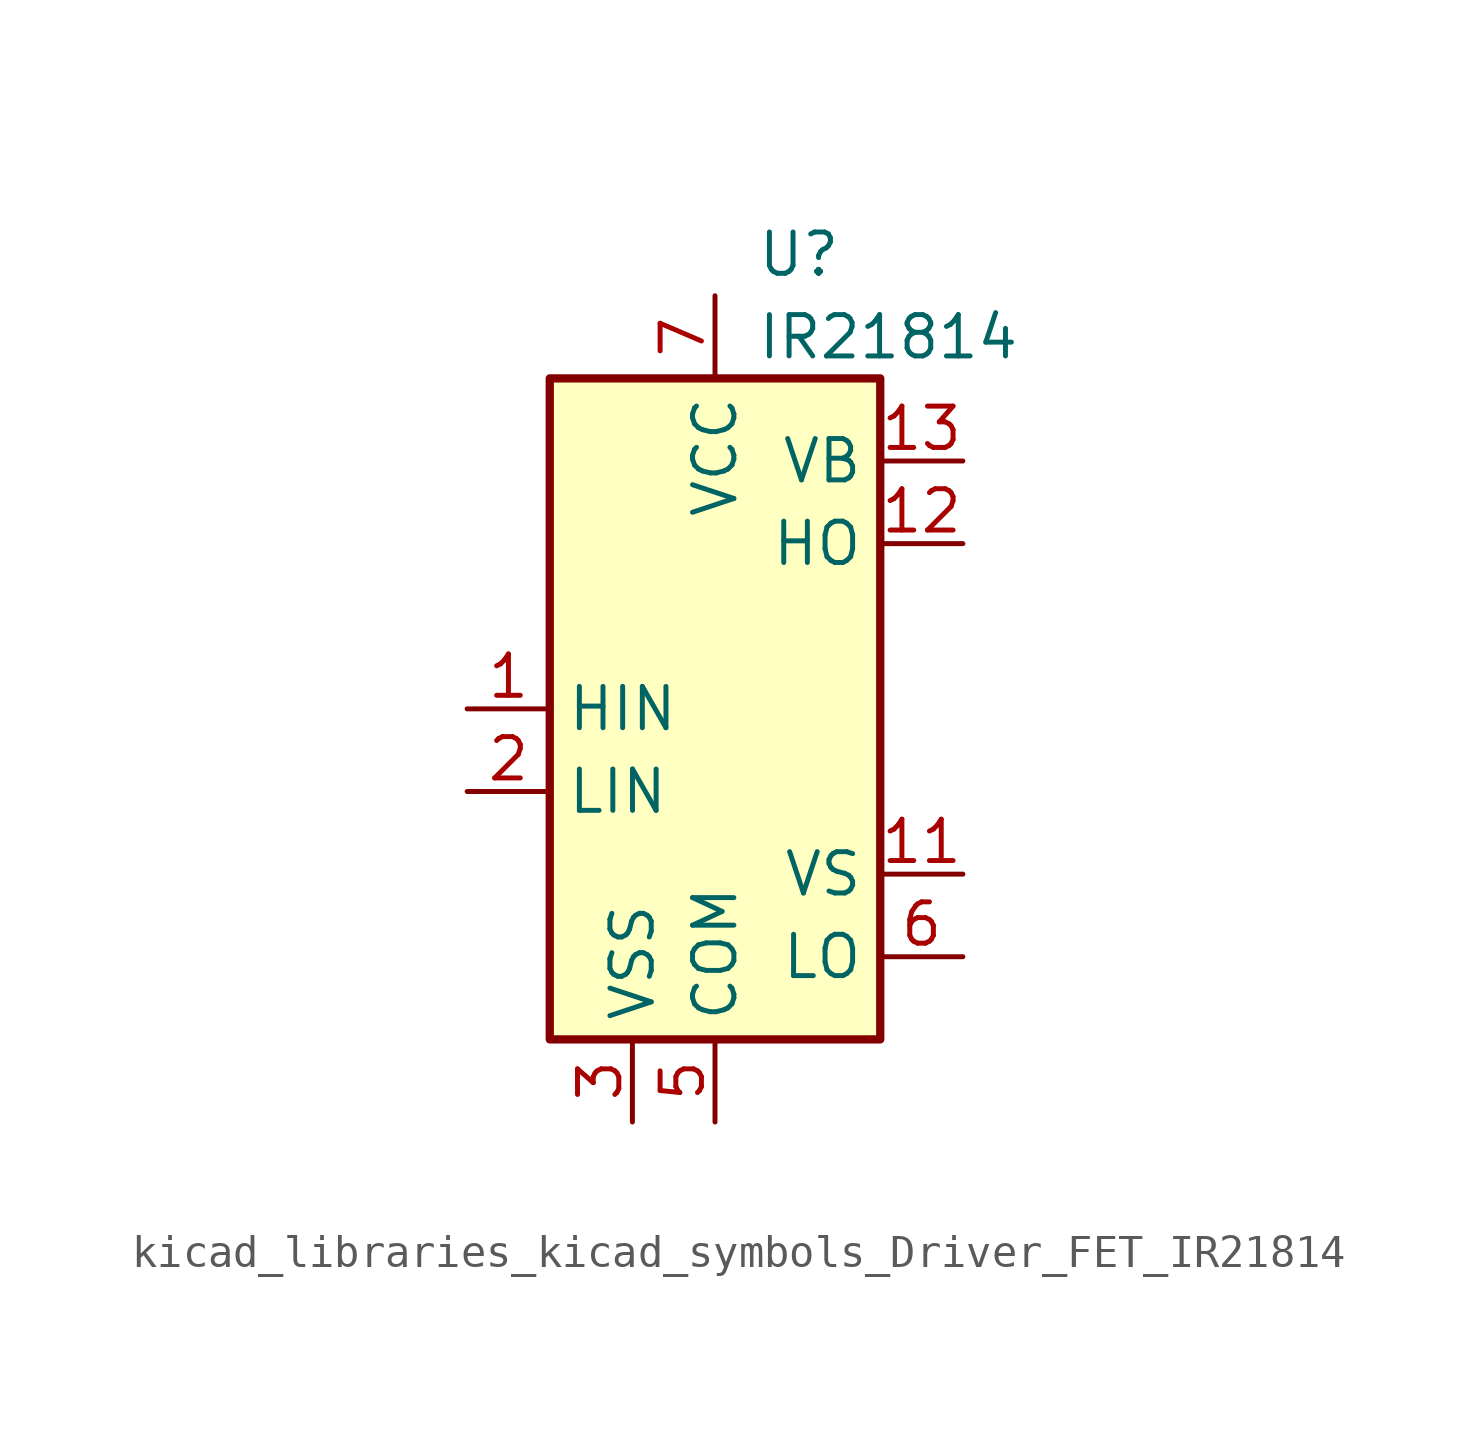
<source format=kicad_sym>
(kicad_symbol_lib
  (version 20220914)
  (generator kicad_symbol_editor)
  (symbol "kicad_libraries_kicad_symbols_Driver_FET_IR21814"
    (property "Reference" "U"
      (at 1.27 13.97 0)
      (effects (font (size 1.27 1.27)) (justify left)))
    (property "Value" "IR21814"
      (at 1.27 11.43 0)
      (effects (font (size 1.27 1.27)) (justify left)))
    (symbol "kicad_libraries_kicad_symbols_Driver_FET_IR21814_0_1"
      (rectangle (start -5.08 -10.16) (end 5.08 10.16) (stroke (width 0.254) (type default)) (fill (type background))))
    (symbol "kicad_libraries_kicad_symbols_Driver_FET_IR21814_1_1"
      (pin input line (at -7.62 0 0) (length 2.54) (name "HIN" (effects (font (size 1.27 1.27)))) (number "1" (effects (font (size 1.27 1.27)))))
      (pin no_connect line (at 5.08 2.54 180) (length 2.54) hide (name "NC" (effects (font (size 1.27 1.27)))) (number "10" (effects (font (size 1.27 1.27)))))
      (pin passive line (at 7.62 -5.08 180) (length 2.54) (name "VS" (effects (font (size 1.27 1.27)))) (number "11" (effects (font (size 1.27 1.27)))))
      (pin output line (at 7.62 5.08 180) (length 2.54) (name "HO" (effects (font (size 1.27 1.27)))) (number "12" (effects (font (size 1.27 1.27)))))
      (pin passive line (at 7.62 7.62 180) (length 2.54) (name "VB" (effects (font (size 1.27 1.27)))) (number "13" (effects (font (size 1.27 1.27)))))
      (pin no_connect line (at 5.08 0 180) (length 2.54) hide (name "NC" (effects (font (size 1.27 1.27)))) (number "14" (effects (font (size 1.27 1.27)))))
      (pin input line (at -7.62 -2.54 0) (length 2.54) (name "LIN" (effects (font (size 1.27 1.27)))) (number "2" (effects (font (size 1.27 1.27)))))
      (pin power_in line (at -2.54 -12.7 90) (length 2.54) (name "VSS" (effects (font (size 1.27 1.27)))) (number "3" (effects (font (size 1.27 1.27)))))
      (pin no_connect line (at -5.08 7.62 0) (length 2.54) hide (name "NC" (effects (font (size 1.27 1.27)))) (number "4" (effects (font (size 1.27 1.27)))))
      (pin power_in line (at 0 -12.7 90) (length 2.54) (name "COM" (effects (font (size 1.27 1.27)))) (number "5" (effects (font (size 1.27 1.27)))))
      (pin output line (at 7.62 -7.62 180) (length 2.54) (name "LO" (effects (font (size 1.27 1.27)))) (number "6" (effects (font (size 1.27 1.27)))))
      (pin power_in line (at 0 12.7 270) (length 2.54) (name "VCC" (effects (font (size 1.27 1.27)))) (number "7" (effects (font (size 1.27 1.27)))))
      (pin no_connect line (at -5.08 5.08 0) (length 2.54) hide (name "NC" (effects (font (size 1.27 1.27)))) (number "8" (effects (font (size 1.27 1.27)))))
      (pin no_connect line (at -5.08 2.54 0) (length 2.54) hide (name "NC" (effects (font (size 1.27 1.27)))) (number "9" (effects (font (size 1.27 1.27))))))))
</source>
